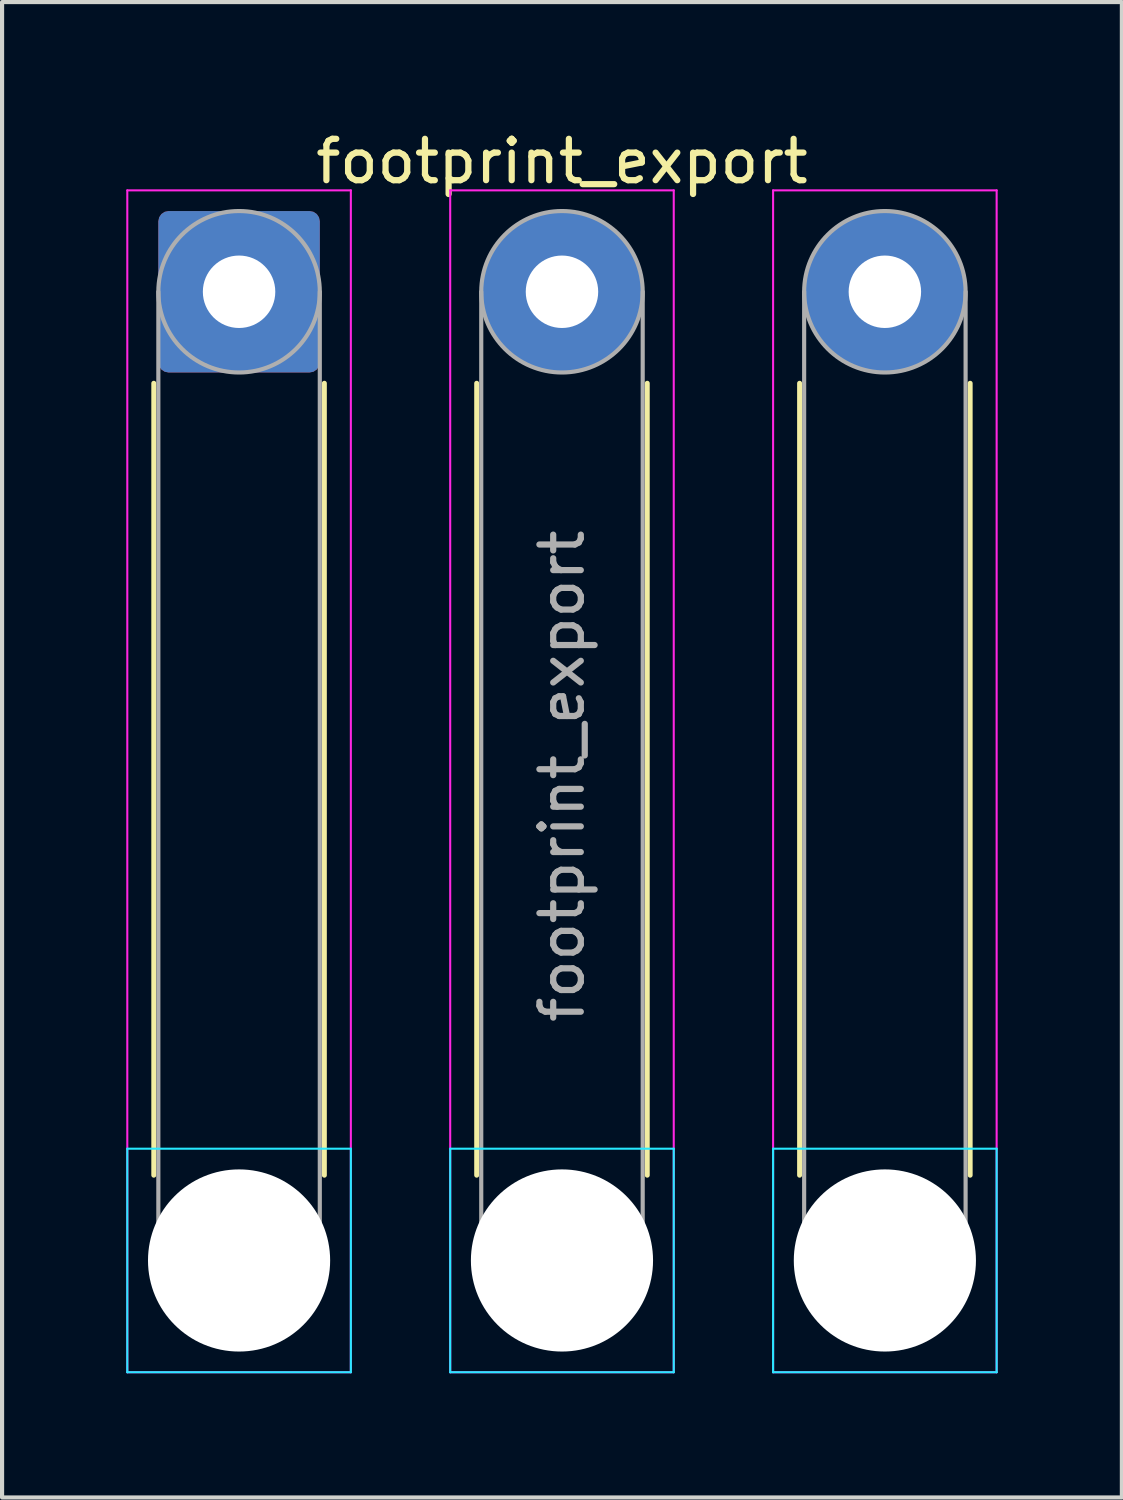
<source format=kicad_pcb>
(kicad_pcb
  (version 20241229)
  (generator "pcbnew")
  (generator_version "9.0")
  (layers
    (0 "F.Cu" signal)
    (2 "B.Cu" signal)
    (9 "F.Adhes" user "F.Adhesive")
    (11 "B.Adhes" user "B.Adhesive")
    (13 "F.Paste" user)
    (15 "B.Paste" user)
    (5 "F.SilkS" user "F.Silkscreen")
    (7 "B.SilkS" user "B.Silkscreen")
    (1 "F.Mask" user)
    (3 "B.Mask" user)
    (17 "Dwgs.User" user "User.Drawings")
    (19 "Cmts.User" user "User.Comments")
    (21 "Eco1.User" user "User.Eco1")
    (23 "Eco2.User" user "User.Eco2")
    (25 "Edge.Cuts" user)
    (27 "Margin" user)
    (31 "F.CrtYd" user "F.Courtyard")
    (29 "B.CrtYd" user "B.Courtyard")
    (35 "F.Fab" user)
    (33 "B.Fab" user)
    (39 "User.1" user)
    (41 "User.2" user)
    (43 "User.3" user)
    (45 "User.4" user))
  (footprint "footprint_export"
    (layer "F.Cu")
    (at 2.725 3.998)
    (property "Reference" "footprint_export" (at 7.8 -3.15 0) (layer "F.SilkS") (effects (font (size 1 1) (thickness 0.15))))
    (attr exclude_from_pos_files exclude_from_bom)
    (fp_line (start -2.06 2.21) (end -2.06 21.34) (stroke (width 0.12) (type solid)) (layer "F.SilkS"))
    (fp_line (start 2.06 2.21) (end 2.06 21.34) (stroke (width 0.12) (type solid)) (layer "F.SilkS"))
    (fp_line (start 5.74 2.21) (end 5.74 21.34) (stroke (width 0.12) (type solid)) (layer "F.SilkS"))
    (fp_line (start 9.86 2.21) (end 9.86 21.34) (stroke (width 0.12) (type solid)) (layer "F.SilkS"))
    (fp_line (start 13.54 2.21) (end 13.54 21.34) (stroke (width 0.12) (type solid)) (layer "F.SilkS"))
    (fp_line (start 17.66 2.21) (end 17.66 21.34) (stroke (width 0.12) (type solid)) (layer "F.SilkS"))
    (fp_line (start -2.7 20.7) (end -2.7 26.1) (stroke (width 0.05) (type solid)) (layer "B.CrtYd"))
    (fp_line (start -2.7 26.1) (end 2.7 26.1) (stroke (width 0.05) (type solid)) (layer "B.CrtYd"))
    (fp_line (start 2.7 20.7) (end -2.7 20.7) (stroke (width 0.05) (type solid)) (layer "B.CrtYd"))
    (fp_line (start 2.7 26.1) (end 2.7 20.7) (stroke (width 0.05) (type solid)) (layer "B.CrtYd"))
    (fp_line (start 5.1 20.7) (end 5.1 26.1) (stroke (width 0.05) (type solid)) (layer "B.CrtYd"))
    (fp_line (start 5.1 26.1) (end 10.5 26.1) (stroke (width 0.05) (type solid)) (layer "B.CrtYd"))
    (fp_line (start 10.5 20.7) (end 5.1 20.7) (stroke (width 0.05) (type solid)) (layer "B.CrtYd"))
    (fp_line (start 10.5 26.1) (end 10.5 20.7) (stroke (width 0.05) (type solid)) (layer "B.CrtYd"))
    (fp_line (start 12.9 20.7) (end 12.9 26.1) (stroke (width 0.05) (type solid)) (layer "B.CrtYd"))
    (fp_line (start 12.9 26.1) (end 18.3 26.1) (stroke (width 0.05) (type solid)) (layer "B.CrtYd"))
    (fp_line (start 18.3 20.7) (end 12.9 20.7) (stroke (width 0.05) (type solid)) (layer "B.CrtYd"))
    (fp_line (start 18.3 26.1) (end 18.3 20.7) (stroke (width 0.05) (type solid)) (layer "B.CrtYd"))
    (fp_line (start -2.7 -2.45) (end -2.7 26.1) (stroke (width 0.05) (type solid)) (layer "F.CrtYd"))
    (fp_line (start -2.7 26.1) (end 2.7 26.1) (stroke (width 0.05) (type solid)) (layer "F.CrtYd"))
    (fp_line (start 2.7 -2.45) (end -2.7 -2.45) (stroke (width 0.05) (type solid)) (layer "F.CrtYd"))
    (fp_line (start 2.7 26.1) (end 2.7 -2.45) (stroke (width 0.05) (type solid)) (layer "F.CrtYd"))
    (fp_line (start 5.1 -2.45) (end 5.1 26.1) (stroke (width 0.05) (type solid)) (layer "F.CrtYd"))
    (fp_line (start 5.1 26.1) (end 10.5 26.1) (stroke (width 0.05) (type solid)) (layer "F.CrtYd"))
    (fp_line (start 10.5 -2.45) (end 5.1 -2.45) (stroke (width 0.05) (type solid)) (layer "F.CrtYd"))
    (fp_line (start 10.5 26.1) (end 10.5 -2.45) (stroke (width 0.05) (type solid)) (layer "F.CrtYd"))
    (fp_line (start 12.9 -2.45) (end 12.9 26.1) (stroke (width 0.05) (type solid)) (layer "F.CrtYd"))
    (fp_line (start 12.9 26.1) (end 18.3 26.1) (stroke (width 0.05) (type solid)) (layer "F.CrtYd"))
    (fp_line (start 18.3 -2.45) (end 12.9 -2.45) (stroke (width 0.05) (type solid)) (layer "F.CrtYd"))
    (fp_line (start 18.3 26.1) (end 18.3 -2.45) (stroke (width 0.05) (type solid)) (layer "F.CrtYd"))
    (fp_line (start -1.95 0) (end -1.95 23.4) (stroke (width 0.1) (type solid)) (layer "F.Fab"))
    (fp_line (start 1.95 0) (end 1.95 23.4) (stroke (width 0.1) (type solid)) (layer "F.Fab"))
    (fp_line (start 5.85 0) (end 5.85 23.4) (stroke (width 0.1) (type solid)) (layer "F.Fab"))
    (fp_line (start 9.75 0) (end 9.75 23.4) (stroke (width 0.1) (type solid)) (layer "F.Fab"))
    (fp_line (start 13.65 0) (end 13.65 23.4) (stroke (width 0.1) (type solid)) (layer "F.Fab"))
    (fp_line (start 17.55 0) (end 17.55 23.4) (stroke (width 0.1) (type solid)) (layer "F.Fab"))
    (fp_circle (center 0 0) (end 1.95 0) (stroke (width 0.1) (type solid)) (fill no) (layer "F.Fab"))
    (fp_circle (center 0 23.4) (end 1.95 23.4) (stroke (width 0.1) (type solid)) (fill no) (layer "F.Fab"))
    (fp_circle (center 7.8 0) (end 9.75 0) (stroke (width 0.1) (type solid)) (fill no) (layer "F.Fab"))
    (fp_circle (center 7.8 23.4) (end 9.75 23.4) (stroke (width 0.1) (type solid)) (fill no) (layer "F.Fab"))
    (fp_circle (center 15.6 0) (end 17.55 0) (stroke (width 0.1) (type solid)) (fill no) (layer "F.Fab"))
    (fp_circle (center 15.6 23.4) (end 17.55 23.4) (stroke (width 0.1) (type solid)) (fill no) (layer "F.Fab"))
    (fp_text user "${REFERENCE}" (at 7.8 11.7 90) (layer "F.Fab") (effects (font (size 1 1) (thickness 0.15))))
    (pad "" np_thru_hole circle (at 0 23.4) (size 4.4 4.4) (drill 4.4) (layers "*.Cu" "*.Mask"))
    (pad "" np_thru_hole circle (at 7.8 23.4) (size 4.4 4.4) (drill 4.4) (layers "*.Cu" "*.Mask"))
    (pad "" np_thru_hole circle (at 15.6 23.4) (size 4.4 4.4) (drill 4.4) (layers "*.Cu" "*.Mask"))
    (pad "1" thru_hole roundrect (at 0 0) (size 3.9 3.9) (drill 1.75) (layers "*.Cu" "*.Mask") (roundrect_rratio 0.064))
    (pad "2" thru_hole circle (at 7.8 0) (size 3.9 3.9) (drill 1.75) (layers "*.Cu" "*.Mask"))
    (pad "3" thru_hole circle (at 15.6 0) (size 3.9 3.9) (drill 1.75) (layers "*.Cu" "*.Mask")))
  (gr_rect
    (start -3 -3)
    (end 24.05 33.123)
    (stroke (width 0.1) (type default))
    (fill no)
    (layer "Edge.Cuts")))
</source>
